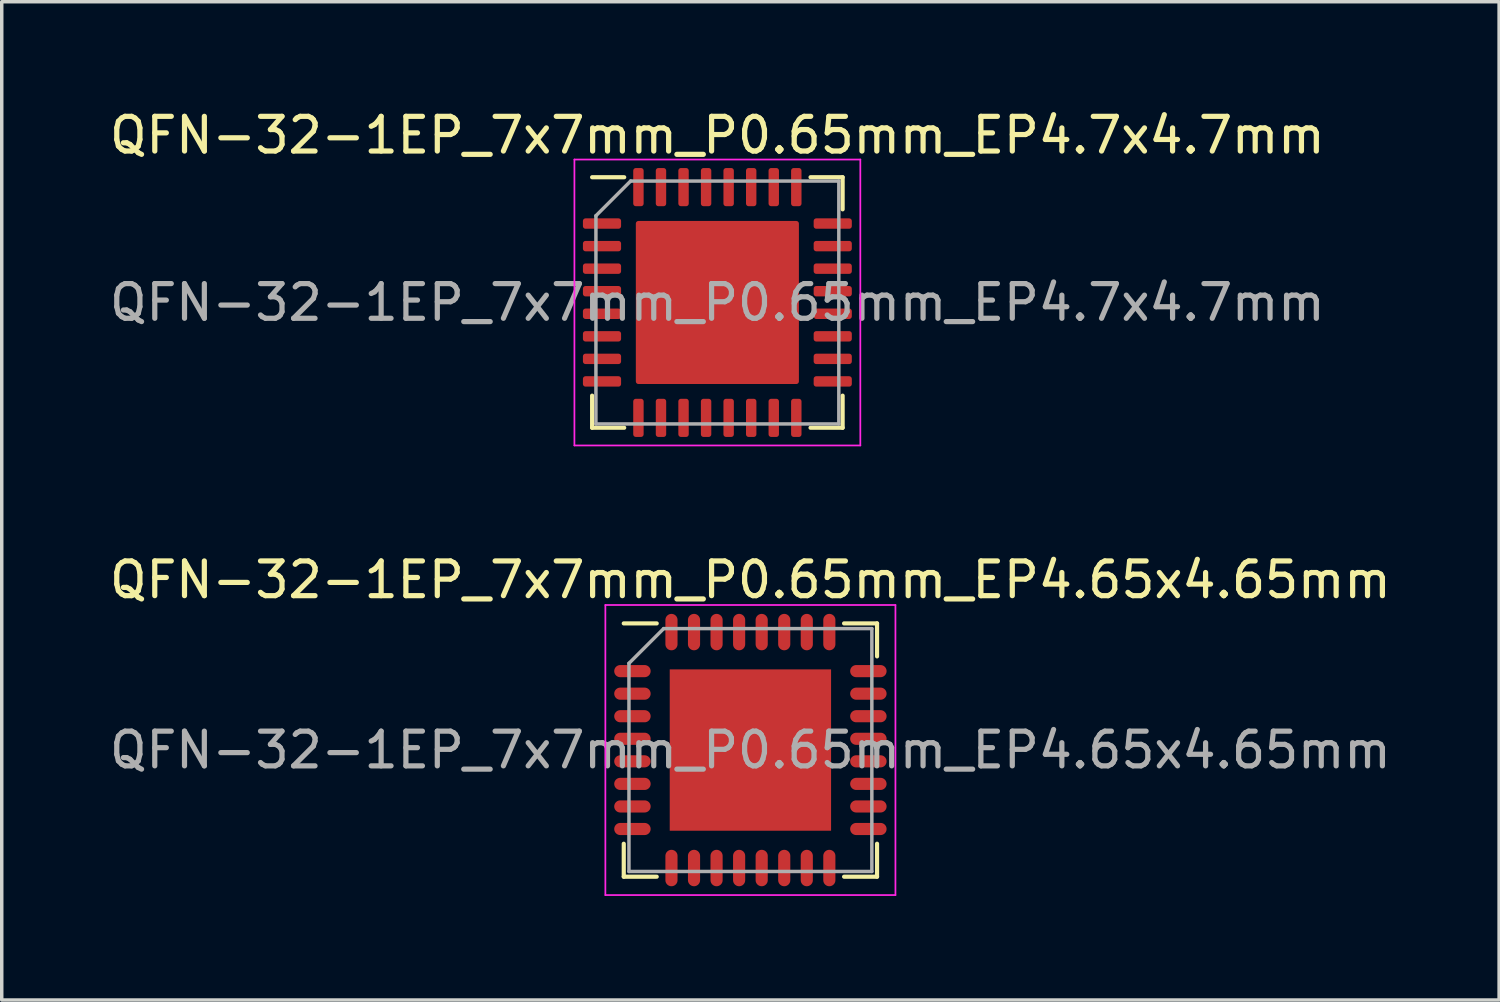
<source format=kicad_pcb>
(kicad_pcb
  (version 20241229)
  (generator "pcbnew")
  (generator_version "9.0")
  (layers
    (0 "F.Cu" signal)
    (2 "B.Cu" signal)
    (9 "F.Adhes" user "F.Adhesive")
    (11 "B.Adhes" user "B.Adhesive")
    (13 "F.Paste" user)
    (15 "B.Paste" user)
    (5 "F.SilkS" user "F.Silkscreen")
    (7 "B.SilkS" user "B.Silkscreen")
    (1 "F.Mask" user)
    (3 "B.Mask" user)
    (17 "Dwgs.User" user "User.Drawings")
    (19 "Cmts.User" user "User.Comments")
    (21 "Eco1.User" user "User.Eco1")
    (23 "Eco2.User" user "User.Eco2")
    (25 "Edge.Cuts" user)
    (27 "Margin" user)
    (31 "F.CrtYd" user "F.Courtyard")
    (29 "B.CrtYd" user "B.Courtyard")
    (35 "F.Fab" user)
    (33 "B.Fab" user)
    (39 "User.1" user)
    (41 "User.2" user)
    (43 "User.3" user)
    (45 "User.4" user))
  (footprint "QFN-32-1EP_7x7mm_P0.65mm_EP4.65x4.65mm"
    (layer "F.Cu")
    (at 18.577 18.567)
    (property "Reference" "QFN-32-1EP_7x7mm_P0.65mm_EP4.65x4.65mm" (at 0 -4.905 0) (layer "F.SilkS") (effects (font (size 1 1) (thickness 0.15))))
    (attr smd)
    (fp_line (start -3.65 -3.65) (end -2.7 -3.65) (stroke (width 0.12) (type solid)) (layer "F.SilkS"))
    (fp_line (start -3.65 3.65) (end -3.65 2.7) (stroke (width 0.12) (type solid)) (layer "F.SilkS"))
    (fp_line (start -3.65 3.65) (end -2.7 3.65) (stroke (width 0.12) (type solid)) (layer "F.SilkS"))
    (fp_line (start 3.65 -3.65) (end 2.7 -3.65) (stroke (width 0.12) (type solid)) (layer "F.SilkS"))
    (fp_line (start 3.65 -3.65) (end 3.65 -2.7) (stroke (width 0.12) (type solid)) (layer "F.SilkS"))
    (fp_line (start 3.65 3.65) (end 2.7 3.65) (stroke (width 0.12) (type solid)) (layer "F.SilkS"))
    (fp_line (start 3.65 3.65) (end 3.65 2.7) (stroke (width 0.12) (type solid)) (layer "F.SilkS"))
    (fp_line (start -4.18 -4.18) (end -4.18 4.18) (stroke (width 0.05) (type solid)) (layer "F.CrtYd"))
    (fp_line (start -4.18 -4.18) (end 4.18 -4.18) (stroke (width 0.05) (type solid)) (layer "F.CrtYd"))
    (fp_line (start -4.18 4.18) (end 4.18 4.18) (stroke (width 0.05) (type solid)) (layer "F.CrtYd"))
    (fp_line (start 4.18 -4.18) (end 4.18 4.18) (stroke (width 0.05) (type solid)) (layer "F.CrtYd"))
    (fp_line (start -3.5 -2.5) (end -2.5 -3.5) (stroke (width 0.1) (type solid)) (layer "F.Fab"))
    (fp_line (start -3.5 3.5) (end -3.5 -2.5) (stroke (width 0.1) (type solid)) (layer "F.Fab"))
    (fp_line (start -2.5 -3.5) (end 3.5 -3.5) (stroke (width 0.1) (type solid)) (layer "F.Fab"))
    (fp_line (start 3.5 -3.5) (end 3.5 3.5) (stroke (width 0.1) (type solid)) (layer "F.Fab"))
    (fp_line (start 3.5 3.5) (end -3.5 3.5) (stroke (width 0.1) (type solid)) (layer "F.Fab"))
    (fp_text user "${REFERENCE}" (at 0 0 0) (layer "F.Fab") (effects (font (size 1 1) (thickness 0.15))))
    (pad "" smd rect (at -1.5 -1.5) (size 1.25 1.25) (layers "F.Paste"))
    (pad "" smd rect (at -1.5 0) (size 1.25 1.25) (layers "F.Paste"))
    (pad "" smd rect (at -1.5 1.5) (size 1.25 1.25) (layers "F.Paste"))
    (pad "" smd rect (at 0 -1.5) (size 1.25 1.25) (layers "F.Paste"))
    (pad "" smd rect (at 0 0) (size 1.25 1.25) (layers "F.Paste"))
    (pad "" smd rect (at 0 1.5) (size 1.25 1.25) (layers "F.Paste"))
    (pad "" smd rect (at 1.5 -1.5) (size 1.25 1.25) (layers "F.Paste"))
    (pad "" smd rect (at 1.5 0) (size 1.25 1.25) (layers "F.Paste"))
    (pad "" smd rect (at 1.5 1.5) (size 1.25 1.25) (layers "F.Paste"))
    (pad "1" smd oval (at -3.4 -2.275) (size 1.05 0.35) (layers "F.Cu" "F.Mask" "F.Paste"))
    (pad "2" smd oval (at -3.4 -1.625) (size 1.05 0.35) (layers "F.Cu" "F.Mask" "F.Paste"))
    (pad "3" smd oval (at -3.4 -0.975) (size 1.05 0.35) (layers "F.Cu" "F.Mask" "F.Paste"))
    (pad "4" smd oval (at -3.4 -0.325) (size 1.05 0.35) (layers "F.Cu" "F.Mask" "F.Paste"))
    (pad "5" smd oval (at -3.4 0.325) (size 1.05 0.35) (layers "F.Cu" "F.Mask" "F.Paste"))
    (pad "6" smd oval (at -3.4 0.975) (size 1.05 0.35) (layers "F.Cu" "F.Mask" "F.Paste"))
    (pad "7" smd oval (at -3.4 1.625) (size 1.05 0.35) (layers "F.Cu" "F.Mask" "F.Paste"))
    (pad "8" smd oval (at -3.4 2.275) (size 1.05 0.35) (layers "F.Cu" "F.Mask" "F.Paste"))
    (pad "9" smd oval (at -2.275 3.4 90) (size 1.05 0.35) (layers "F.Cu" "F.Mask" "F.Paste"))
    (pad "10" smd oval (at -1.625 3.4 90) (size 1.05 0.35) (layers "F.Cu" "F.Mask" "F.Paste"))
    (pad "11" smd oval (at -0.975 3.4 90) (size 1.05 0.35) (layers "F.Cu" "F.Mask" "F.Paste"))
    (pad "12" smd oval (at -0.325 3.4 90) (size 1.05 0.35) (layers "F.Cu" "F.Mask" "F.Paste"))
    (pad "13" smd oval (at 0.325 3.4 90) (size 1.05 0.35) (layers "F.Cu" "F.Mask" "F.Paste"))
    (pad "14" smd oval (at 0.975 3.4 90) (size 1.05 0.35) (layers "F.Cu" "F.Mask" "F.Paste"))
    (pad "15" smd oval (at 1.625 3.4 90) (size 1.05 0.35) (layers "F.Cu" "F.Mask" "F.Paste"))
    (pad "16" smd oval (at 2.275 3.4 90) (size 1.05 0.35) (layers "F.Cu" "F.Mask" "F.Paste"))
    (pad "17" smd oval (at 3.4 2.275) (size 1.05 0.35) (layers "F.Cu" "F.Mask" "F.Paste"))
    (pad "18" smd oval (at 3.4 1.625) (size 1.05 0.35) (layers "F.Cu" "F.Mask" "F.Paste"))
    (pad "19" smd oval (at 3.4 0.975) (size 1.05 0.35) (layers "F.Cu" "F.Mask" "F.Paste"))
    (pad "20" smd oval (at 3.4 0.325) (size 1.05 0.35) (layers "F.Cu" "F.Mask" "F.Paste"))
    (pad "21" smd oval (at 3.4 -0.325) (size 1.05 0.35) (layers "F.Cu" "F.Mask" "F.Paste"))
    (pad "22" smd oval (at 3.4 -0.975) (size 1.05 0.35) (layers "F.Cu" "F.Mask" "F.Paste"))
    (pad "23" smd oval (at 3.4 -1.625) (size 1.05 0.35) (layers "F.Cu" "F.Mask" "F.Paste"))
    (pad "24" smd oval (at 3.4 -2.275) (size 1.05 0.35) (layers "F.Cu" "F.Mask" "F.Paste"))
    (pad "25" smd oval (at 2.275 -3.4 90) (size 1.05 0.35) (layers "F.Cu" "F.Mask" "F.Paste"))
    (pad "26" smd oval (at 1.625 -3.4 90) (size 1.05 0.35) (layers "F.Cu" "F.Mask" "F.Paste"))
    (pad "27" smd oval (at 0.975 -3.4 90) (size 1.05 0.35) (layers "F.Cu" "F.Mask" "F.Paste"))
    (pad "28" smd oval (at 0.325 -3.4 90) (size 1.05 0.35) (layers "F.Cu" "F.Mask" "F.Paste"))
    (pad "29" smd oval (at -0.325 -3.4 90) (size 1.05 0.35) (layers "F.Cu" "F.Mask" "F.Paste"))
    (pad "30" smd oval (at -0.975 -3.4 90) (size 1.05 0.35) (layers "F.Cu" "F.Mask" "F.Paste"))
    (pad "31" smd oval (at -1.625 -3.4 90) (size 1.05 0.35) (layers "F.Cu" "F.Mask" "F.Paste"))
    (pad "32" smd oval (at -2.275 -3.4 90) (size 1.05 0.35) (layers "F.Cu" "F.Mask" "F.Paste"))
    (pad "33" smd rect (at 0 0) (size 4.65 4.65) (layers "F.Cu" "F.Mask")))
  (footprint "QFN-32-1EP_7x7mm_P0.65mm_EP4.7x4.7mm"
    (layer "F.Cu")
    (at 17.625 5.668)
    (property "Reference" "QFN-32-1EP_7x7mm_P0.65mm_EP4.7x4.7mm" (at 0 -4.82 0) (layer "F.SilkS") (effects (font (size 1 1) (thickness 0.15))))
    (attr smd)
    (fp_line (start -3.61 3.61) (end -3.61 2.685) (stroke (width 0.12) (type solid)) (layer "F.SilkS"))
    (fp_line (start -2.685 -3.61) (end -3.61 -3.61) (stroke (width 0.12) (type solid)) (layer "F.SilkS"))
    (fp_line (start -2.685 3.61) (end -3.61 3.61) (stroke (width 0.12) (type solid)) (layer "F.SilkS"))
    (fp_line (start 2.685 -3.61) (end 3.61 -3.61) (stroke (width 0.12) (type solid)) (layer "F.SilkS"))
    (fp_line (start 2.685 3.61) (end 3.61 3.61) (stroke (width 0.12) (type solid)) (layer "F.SilkS"))
    (fp_line (start 3.61 -3.61) (end 3.61 -2.685) (stroke (width 0.12) (type solid)) (layer "F.SilkS"))
    (fp_line (start 3.61 3.61) (end 3.61 2.685) (stroke (width 0.12) (type solid)) (layer "F.SilkS"))
    (fp_line (start -4.12 -4.12) (end -4.12 4.12) (stroke (width 0.05) (type solid)) (layer "F.CrtYd"))
    (fp_line (start -4.12 4.12) (end 4.12 4.12) (stroke (width 0.05) (type solid)) (layer "F.CrtYd"))
    (fp_line (start 4.12 -4.12) (end -4.12 -4.12) (stroke (width 0.05) (type solid)) (layer "F.CrtYd"))
    (fp_line (start 4.12 4.12) (end 4.12 -4.12) (stroke (width 0.05) (type solid)) (layer "F.CrtYd"))
    (fp_line (start -3.5 -2.5) (end -2.5 -3.5) (stroke (width 0.1) (type solid)) (layer "F.Fab"))
    (fp_line (start -3.5 3.5) (end -3.5 -2.5) (stroke (width 0.1) (type solid)) (layer "F.Fab"))
    (fp_line (start -2.5 -3.5) (end 3.5 -3.5) (stroke (width 0.1) (type solid)) (layer "F.Fab"))
    (fp_line (start 3.5 -3.5) (end 3.5 3.5) (stroke (width 0.1) (type solid)) (layer "F.Fab"))
    (fp_line (start 3.5 3.5) (end -3.5 3.5) (stroke (width 0.1) (type solid)) (layer "F.Fab"))
    (fp_text user "${REFERENCE}" (at 0 0 0) (layer "F.Fab") (effects (font (size 1 1) (thickness 0.15))))
    (pad "" smd roundrect (at -1.77 -1.77) (size 0.95 0.95) (layers "F.Paste") (roundrect_rratio 0.25))
    (pad "" smd roundrect (at -1.77 -0.59) (size 0.95 0.95) (layers "F.Paste") (roundrect_rratio 0.25))
    (pad "" smd roundrect (at -1.77 0.59) (size 0.95 0.95) (layers "F.Paste") (roundrect_rratio 0.25))
    (pad "" smd roundrect (at -1.77 1.77) (size 0.95 0.95) (layers "F.Paste") (roundrect_rratio 0.25))
    (pad "" smd roundrect (at -0.59 -1.77) (size 0.95 0.95) (layers "F.Paste") (roundrect_rratio 0.25))
    (pad "" smd roundrect (at -0.59 -0.59) (size 0.95 0.95) (layers "F.Paste") (roundrect_rratio 0.25))
    (pad "" smd roundrect (at -0.59 0.59) (size 0.95 0.95) (layers "F.Paste") (roundrect_rratio 0.25))
    (pad "" smd roundrect (at -0.59 1.77) (size 0.95 0.95) (layers "F.Paste") (roundrect_rratio 0.25))
    (pad "" smd roundrect (at 0.59 -1.77) (size 0.95 0.95) (layers "F.Paste") (roundrect_rratio 0.25))
    (pad "" smd roundrect (at 0.59 -0.59) (size 0.95 0.95) (layers "F.Paste") (roundrect_rratio 0.25))
    (pad "" smd roundrect (at 0.59 0.59) (size 0.95 0.95) (layers "F.Paste") (roundrect_rratio 0.25))
    (pad "" smd roundrect (at 0.59 1.77) (size 0.95 0.95) (layers "F.Paste") (roundrect_rratio 0.25))
    (pad "" smd roundrect (at 1.77 -1.77) (size 0.95 0.95) (layers "F.Paste") (roundrect_rratio 0.25))
    (pad "" smd roundrect (at 1.77 -0.59) (size 0.95 0.95) (layers "F.Paste") (roundrect_rratio 0.25))
    (pad "" smd roundrect (at 1.77 0.59) (size 0.95 0.95) (layers "F.Paste") (roundrect_rratio 0.25))
    (pad "" smd roundrect (at 1.77 1.77) (size 0.95 0.95) (layers "F.Paste") (roundrect_rratio 0.25))
    (pad "1" smd roundrect (at -3.325 -2.275) (size 1.1 0.3) (layers "F.Cu" "F.Mask" "F.Paste") (roundrect_rratio 0.25))
    (pad "2" smd roundrect (at -3.325 -1.625) (size 1.1 0.3) (layers "F.Cu" "F.Mask" "F.Paste") (roundrect_rratio 0.25))
    (pad "3" smd roundrect (at -3.325 -0.975) (size 1.1 0.3) (layers "F.Cu" "F.Mask" "F.Paste") (roundrect_rratio 0.25))
    (pad "4" smd roundrect (at -3.325 -0.325) (size 1.1 0.3) (layers "F.Cu" "F.Mask" "F.Paste") (roundrect_rratio 0.25))
    (pad "5" smd roundrect (at -3.325 0.325) (size 1.1 0.3) (layers "F.Cu" "F.Mask" "F.Paste") (roundrect_rratio 0.25))
    (pad "6" smd roundrect (at -3.325 0.975) (size 1.1 0.3) (layers "F.Cu" "F.Mask" "F.Paste") (roundrect_rratio 0.25))
    (pad "7" smd roundrect (at -3.325 1.625) (size 1.1 0.3) (layers "F.Cu" "F.Mask" "F.Paste") (roundrect_rratio 0.25))
    (pad "8" smd roundrect (at -3.325 2.275) (size 1.1 0.3) (layers "F.Cu" "F.Mask" "F.Paste") (roundrect_rratio 0.25))
    (pad "9" smd roundrect (at -2.275 3.325) (size 0.3 1.1) (layers "F.Cu" "F.Mask" "F.Paste") (roundrect_rratio 0.25))
    (pad "10" smd roundrect (at -1.625 3.325) (size 0.3 1.1) (layers "F.Cu" "F.Mask" "F.Paste") (roundrect_rratio 0.25))
    (pad "11" smd roundrect (at -0.975 3.325) (size 0.3 1.1) (layers "F.Cu" "F.Mask" "F.Paste") (roundrect_rratio 0.25))
    (pad "12" smd roundrect (at -0.325 3.325) (size 0.3 1.1) (layers "F.Cu" "F.Mask" "F.Paste") (roundrect_rratio 0.25))
    (pad "13" smd roundrect (at 0.325 3.325) (size 0.3 1.1) (layers "F.Cu" "F.Mask" "F.Paste") (roundrect_rratio 0.25))
    (pad "14" smd roundrect (at 0.975 3.325) (size 0.3 1.1) (layers "F.Cu" "F.Mask" "F.Paste") (roundrect_rratio 0.25))
    (pad "15" smd roundrect (at 1.625 3.325) (size 0.3 1.1) (layers "F.Cu" "F.Mask" "F.Paste") (roundrect_rratio 0.25))
    (pad "16" smd roundrect (at 2.275 3.325) (size 0.3 1.1) (layers "F.Cu" "F.Mask" "F.Paste") (roundrect_rratio 0.25))
    (pad "17" smd roundrect (at 3.325 2.275) (size 1.1 0.3) (layers "F.Cu" "F.Mask" "F.Paste") (roundrect_rratio 0.25))
    (pad "18" smd roundrect (at 3.325 1.625) (size 1.1 0.3) (layers "F.Cu" "F.Mask" "F.Paste") (roundrect_rratio 0.25))
    (pad "19" smd roundrect (at 3.325 0.975) (size 1.1 0.3) (layers "F.Cu" "F.Mask" "F.Paste") (roundrect_rratio 0.25))
    (pad "20" smd roundrect (at 3.325 0.325) (size 1.1 0.3) (layers "F.Cu" "F.Mask" "F.Paste") (roundrect_rratio 0.25))
    (pad "21" smd roundrect (at 3.325 -0.325) (size 1.1 0.3) (layers "F.Cu" "F.Mask" "F.Paste") (roundrect_rratio 0.25))
    (pad "22" smd roundrect (at 3.325 -0.975) (size 1.1 0.3) (layers "F.Cu" "F.Mask" "F.Paste") (roundrect_rratio 0.25))
    (pad "23" smd roundrect (at 3.325 -1.625) (size 1.1 0.3) (layers "F.Cu" "F.Mask" "F.Paste") (roundrect_rratio 0.25))
    (pad "24" smd roundrect (at 3.325 -2.275) (size 1.1 0.3) (layers "F.Cu" "F.Mask" "F.Paste") (roundrect_rratio 0.25))
    (pad "25" smd roundrect (at 2.275 -3.325) (size 0.3 1.1) (layers "F.Cu" "F.Mask" "F.Paste") (roundrect_rratio 0.25))
    (pad "26" smd roundrect (at 1.625 -3.325) (size 0.3 1.1) (layers "F.Cu" "F.Mask" "F.Paste") (roundrect_rratio 0.25))
    (pad "27" smd roundrect (at 0.975 -3.325) (size 0.3 1.1) (layers "F.Cu" "F.Mask" "F.Paste") (roundrect_rratio 0.25))
    (pad "28" smd roundrect (at 0.325 -3.325) (size 0.3 1.1) (layers "F.Cu" "F.Mask" "F.Paste") (roundrect_rratio 0.25))
    (pad "29" smd roundrect (at -0.325 -3.325) (size 0.3 1.1) (layers "F.Cu" "F.Mask" "F.Paste") (roundrect_rratio 0.25))
    (pad "30" smd roundrect (at -0.975 -3.325) (size 0.3 1.1) (layers "F.Cu" "F.Mask" "F.Paste") (roundrect_rratio 0.25))
    (pad "31" smd roundrect (at -1.625 -3.325) (size 0.3 1.1) (layers "F.Cu" "F.Mask" "F.Paste") (roundrect_rratio 0.25))
    (pad "32" smd roundrect (at -2.275 -3.325) (size 0.3 1.1) (layers "F.Cu" "F.Mask" "F.Paste") (roundrect_rratio 0.25))
    (pad "33" smd roundrect (at 0 0) (size 4.7 4.7) (layers "F.Cu" "F.Mask") (roundrect_rratio 0.016)))
  (gr_rect
    (start -3 -3)
    (end 40.155 25.771)
    (stroke (width 0.1) (type default))
    (fill no)
    (layer "Edge.Cuts")))
</source>
